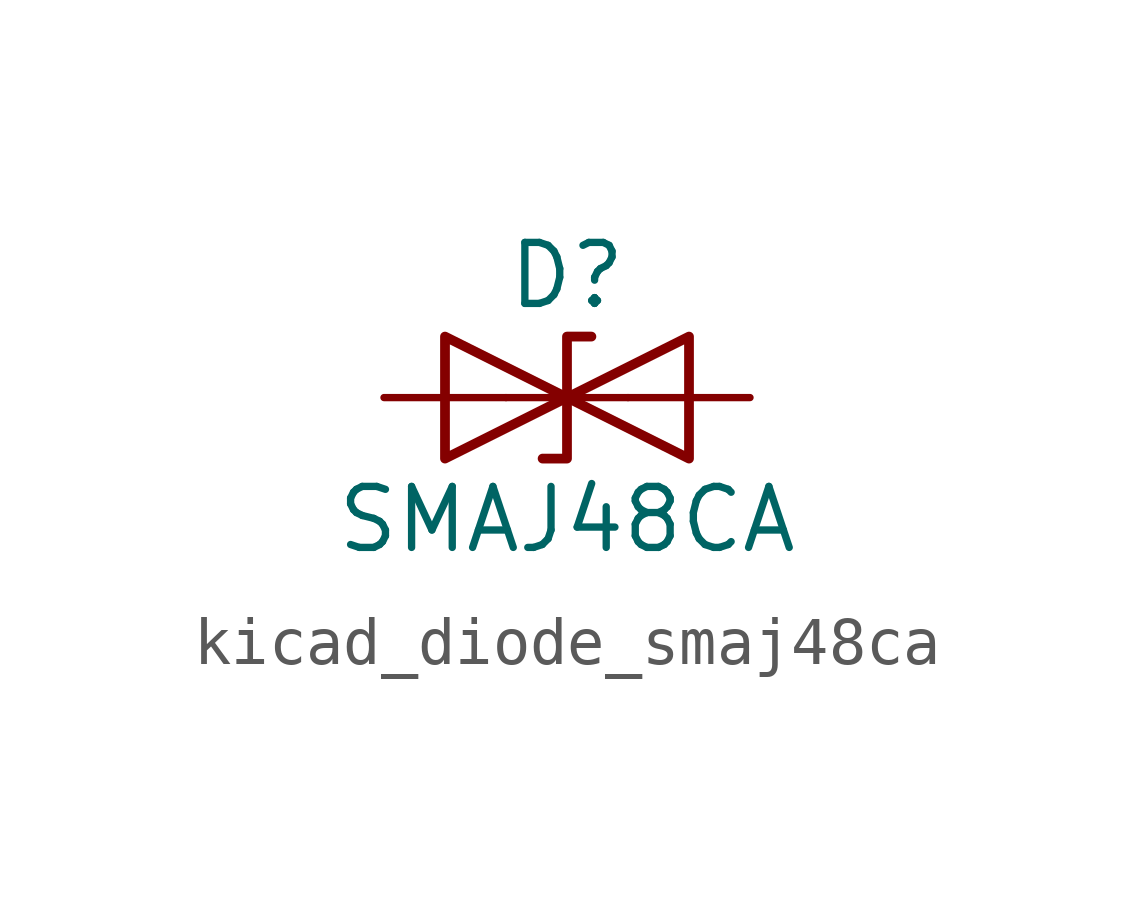
<source format=kicad_sym>
(kicad_symbol_lib
  (version 20220914)
  (generator kicad_symbol_editor)
  (symbol "kicad_diode_smaj48ca"
    (pin_numbers hide)
    (pin_names
      (offset 1.016) hide)
    (property "Reference" "D"
      (at 0 2.54 0)
      (effects (font (size 1.27 1.27))))
    (property "Value" "SMAJ48CA"
      (at 0 -2.54 0)
      (effects (font (size 1.27 1.27))))
    (symbol "kicad_diode_smaj48ca_0_1"
      (polyline (pts (xy 1.27 0) (xy -1.27 0)) (stroke (width 0) (type default)) (fill (type none)))
      (polyline (pts (xy -2.54 -1.27) (xy 0 0) (xy -2.54 1.27) (xy -2.54 -1.27)) (stroke (width 0.203) (type default)) (fill (type none)))
      (polyline (pts (xy 0.508 1.27) (xy 0 1.27) (xy 0 -1.27) (xy -0.508 -1.27)) (stroke (width 0.203) (type default)) (fill (type none)))
      (polyline (pts (xy 2.54 1.27) (xy 2.54 -1.27) (xy 0 0) (xy 2.54 1.27)) (stroke (width 0.203) (type default)) (fill (type none))))
    (symbol "kicad_diode_smaj48ca_1_1"
      (pin passive line (at -3.81 0 0) (length 2.54) (name "A1" (effects (font (size 1.27 1.27)))) (number "1" (effects (font (size 1.27 1.27)))))
      (pin passive line (at 3.81 0 180) (length 2.54) (name "A2" (effects (font (size 1.27 1.27)))) (number "2" (effects (font (size 1.27 1.27))))))))
</source>
